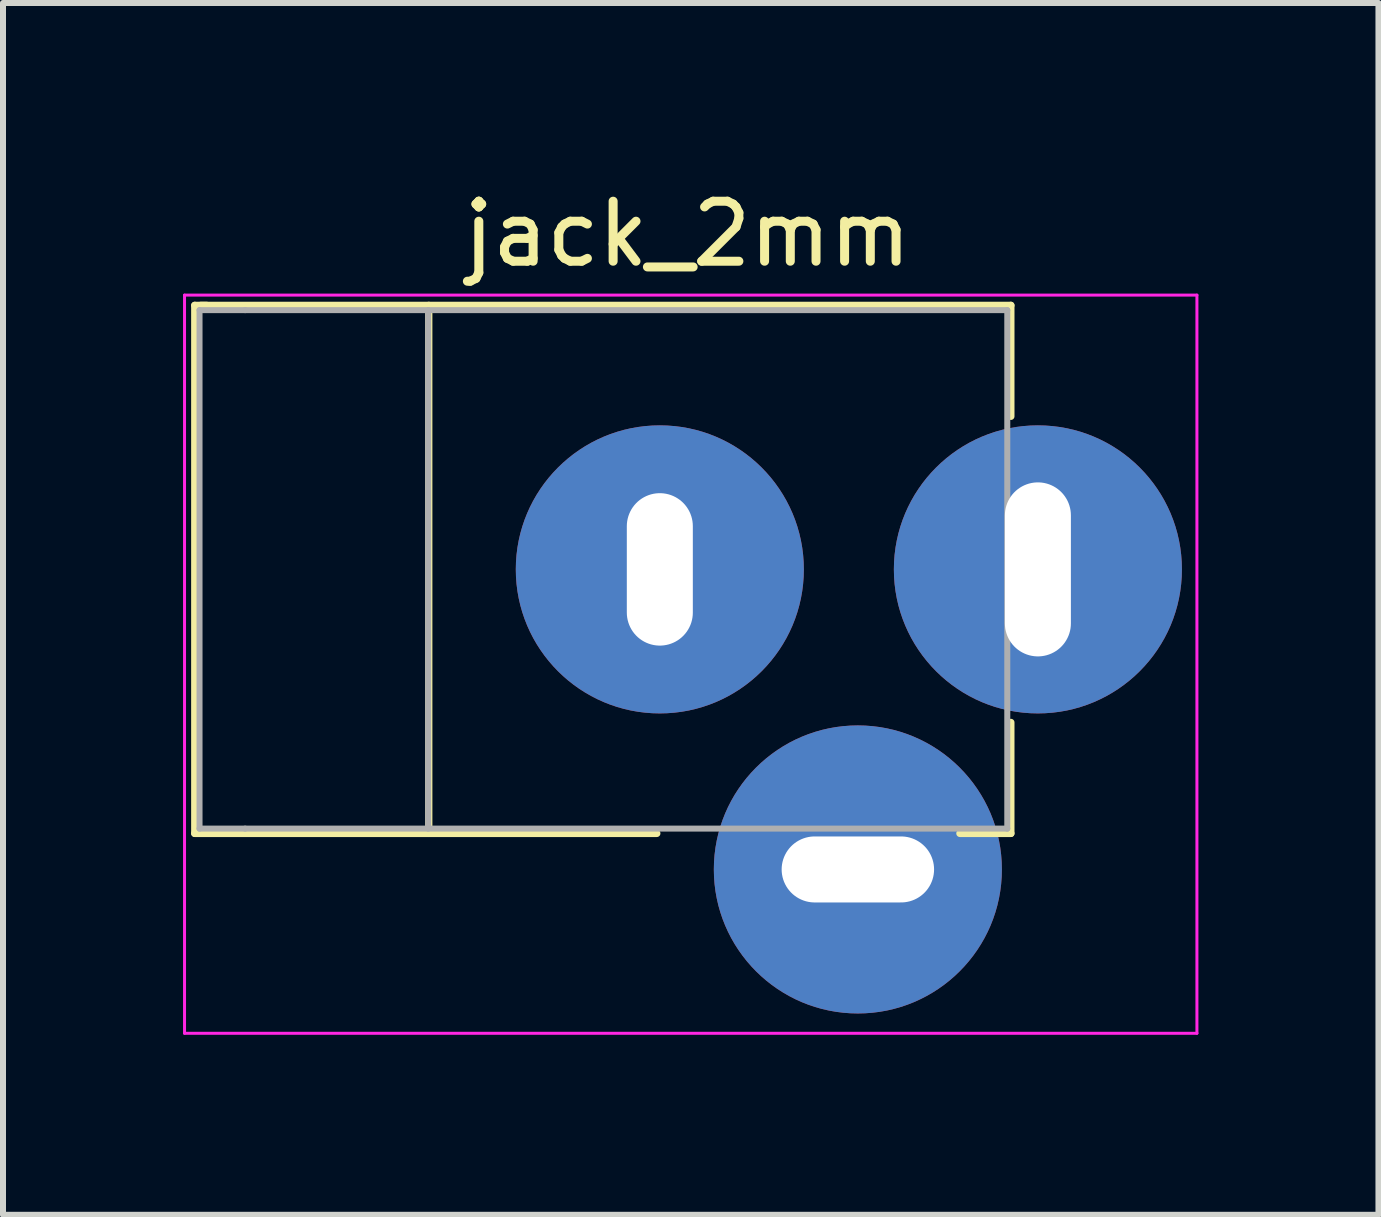
<source format=kicad_pcb>
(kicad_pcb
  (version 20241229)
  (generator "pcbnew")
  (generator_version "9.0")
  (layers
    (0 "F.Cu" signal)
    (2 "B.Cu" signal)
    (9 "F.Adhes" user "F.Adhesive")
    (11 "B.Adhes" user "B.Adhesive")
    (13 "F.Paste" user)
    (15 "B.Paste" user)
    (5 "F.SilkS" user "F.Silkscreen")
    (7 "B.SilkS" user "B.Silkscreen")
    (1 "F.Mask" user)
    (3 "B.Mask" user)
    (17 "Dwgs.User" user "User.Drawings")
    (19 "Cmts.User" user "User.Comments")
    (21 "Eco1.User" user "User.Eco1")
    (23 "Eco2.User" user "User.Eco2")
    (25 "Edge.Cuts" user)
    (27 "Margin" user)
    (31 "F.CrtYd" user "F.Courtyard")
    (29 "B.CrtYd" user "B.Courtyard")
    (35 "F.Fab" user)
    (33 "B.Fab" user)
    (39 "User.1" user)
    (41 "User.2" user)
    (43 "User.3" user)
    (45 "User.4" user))
  (footprint "jack_2mm"
    (layer "F.Cu")
    (at 14.245 6.438)
    (property "Reference" "jack_2mm" (at -5.84 -5.59 0) (layer "F.SilkS") (effects (font (size 1 1) (thickness 0.15))))
    (attr through_hole)
    (fp_line (start -14.05 -4.4) (end -13.85 -4.4) (stroke (width 0.12) (type solid)) (layer "F.SilkS"))
    (fp_line (start -14.05 4.4) (end -14.05 -4.4) (stroke (width 0.12) (type solid)) (layer "F.SilkS"))
    (fp_line (start -13.95 -4.4) (end -0.45 -4.4) (stroke (width 0.12) (type solid)) (layer "F.SilkS"))
    (fp_line (start -10.15 -4.4) (end -10.15 4.4) (stroke (width 0.12) (type solid)) (layer "F.SilkS"))
    (fp_line (start -6.35 4.4) (end -14.05 4.4) (stroke (width 0.12) (type solid)) (layer "F.SilkS"))
    (fp_line (start -0.45 -4.4) (end -0.45 -2.55) (stroke (width 0.12) (type solid)) (layer "F.SilkS"))
    (fp_line (start -0.45 2.55) (end -0.45 4.4) (stroke (width 0.12) (type solid)) (layer "F.SilkS"))
    (fp_line (start -0.45 4.4) (end -1.3 4.4) (stroke (width 0.12) (type solid)) (layer "F.SilkS"))
    (fp_line (start -14.22 -4.57) (end -14.22 7.73) (stroke (width 0.05) (type solid)) (layer "F.CrtYd"))
    (fp_line (start -14.22 -4.57) (end 2.65 -4.57) (stroke (width 0.05) (type solid)) (layer "F.CrtYd"))
    (fp_line (start 2.65 7.73) (end -14.22 7.73) (stroke (width 0.05) (type solid)) (layer "F.CrtYd"))
    (fp_line (start 2.65 7.73) (end 2.65 -4.57) (stroke (width 0.05) (type solid)) (layer "F.CrtYd"))
    (fp_line (start -13.97 -4.32) (end -13.97 4.32) (stroke (width 0.1) (type solid)) (layer "F.Fab"))
    (fp_line (start -13.97 4.32) (end -13.21 4.32) (stroke (width 0.1) (type solid)) (layer "F.Fab"))
    (fp_line (start -13.21 -4.32) (end -13.97 -4.32) (stroke (width 0.1) (type solid)) (layer "F.Fab"))
    (fp_line (start -13.21 -4.32) (end -0.51 -4.32) (stroke (width 0.1) (type solid)) (layer "F.Fab"))
    (fp_line (start -13.21 4.32) (end -0.51 4.32) (stroke (width 0.1) (type solid)) (layer "F.Fab"))
    (fp_line (start -10.16 -4.32) (end -10.16 4.32) (stroke (width 0.1) (type solid)) (layer "F.Fab"))
    (fp_line (start -0.51 -4.32) (end -0.51 4.32) (stroke (width 0.1) (type solid)) (layer "F.Fab"))
    (pad "1" thru_hole circle (at 0 0) (size 4.8 4.8) (drill oval 1.1 2.9) (layers "*.Cu" "*.Mask"))
    (pad "2" thru_hole circle (at -6.3 0) (size 4.8 4.8) (drill oval 1.1 2.54) (layers "*.Cu" "*.Mask"))
    (pad "3" thru_hole circle (at -3 5) (size 4.8 4.8) (drill oval 2.54 1.1) (layers "*.Cu" "*.Mask")))
  (gr_rect
    (start -3 -3)
    (end 19.92 17.193)
    (stroke (width 0.1) (type default))
    (fill no)
    (layer "Edge.Cuts")))
</source>
